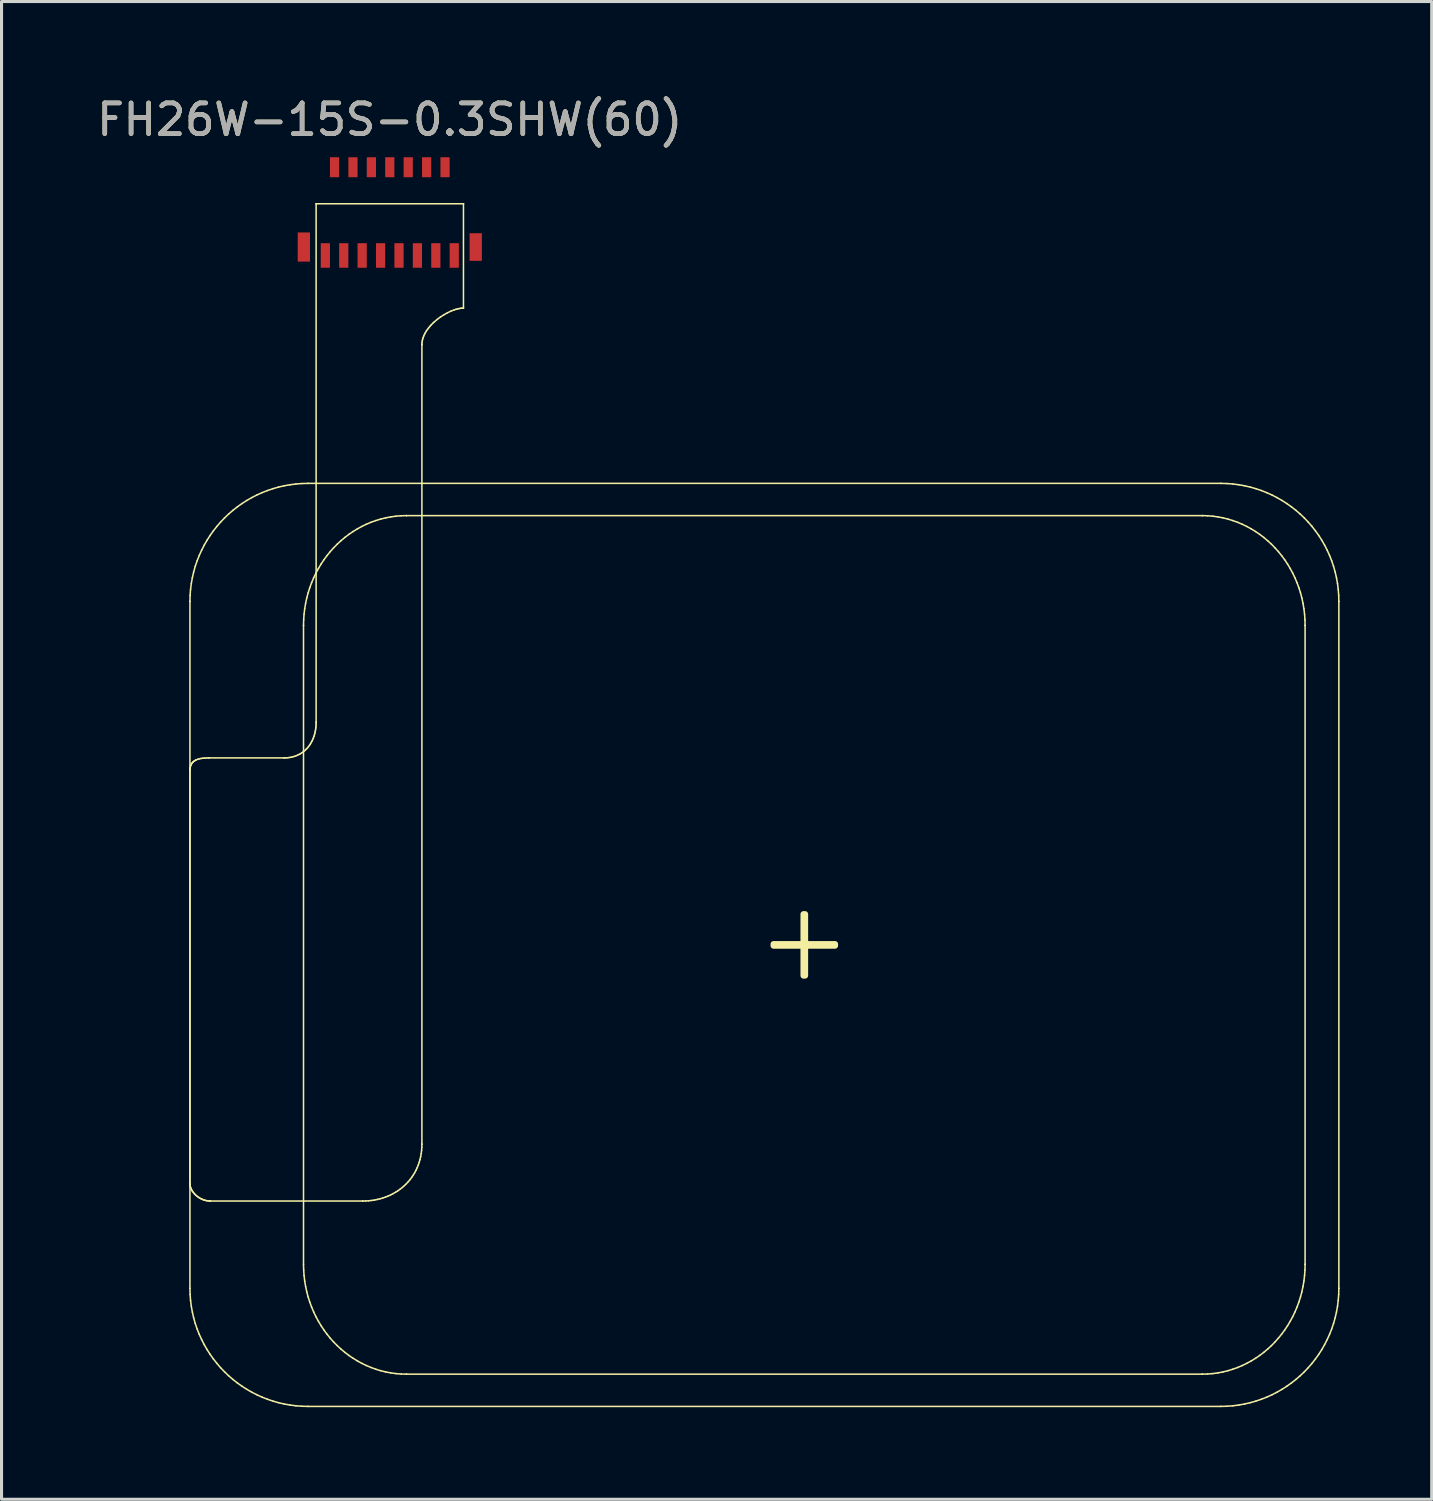
<source format=kicad_pcb>
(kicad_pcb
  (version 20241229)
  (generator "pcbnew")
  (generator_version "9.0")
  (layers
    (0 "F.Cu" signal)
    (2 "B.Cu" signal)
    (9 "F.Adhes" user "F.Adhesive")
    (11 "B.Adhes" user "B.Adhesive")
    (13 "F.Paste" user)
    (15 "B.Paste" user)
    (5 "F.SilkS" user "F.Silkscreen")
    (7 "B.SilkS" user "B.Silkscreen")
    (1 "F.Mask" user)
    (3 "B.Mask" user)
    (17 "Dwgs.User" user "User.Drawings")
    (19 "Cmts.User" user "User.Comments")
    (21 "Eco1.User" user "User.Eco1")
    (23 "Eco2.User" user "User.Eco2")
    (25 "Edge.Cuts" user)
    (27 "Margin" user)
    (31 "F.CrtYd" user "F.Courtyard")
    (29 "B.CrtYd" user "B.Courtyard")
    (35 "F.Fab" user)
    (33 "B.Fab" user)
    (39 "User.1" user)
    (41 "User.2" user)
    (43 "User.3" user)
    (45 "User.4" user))
  (footprint "FH26W-15S-0.3SHW(60)"
    (layer "F.Cu")
    (at 9.649 3.798)
    (property "Reference" "FH26W-15S-0.3SHW(60)" (at 0 -2.95 0) (unlocked yes) (layer "F.SilkS") (effects (font (size 1 1) (thickness 0.15))))
    (attr smd)
    (fp_line (start -6.511 12.746) (end -6.511 12.746) (stroke (width 0.05) (type solid)) (layer "F.SilkS"))
    (fp_line (start -6.511 12.746) (end -6.511 35.125) (stroke (width 0.05) (type solid)) (layer "F.SilkS"))
    (fp_line (start -6.511 18.249) (end -6.511 18.249) (stroke (width 0.05) (type solid)) (layer "F.SilkS"))
    (fp_line (start -6.511 18.249) (end -6.511 31.722) (stroke (width 0.05) (type solid)) (layer "F.SilkS"))
    (fp_line (start -6.511 31.722) (end -6.511 31.722) (stroke (width 0.05) (type solid)) (layer "F.SilkS"))
    (fp_line (start -6.511 31.722) (end -6.51 31.745) (stroke (width 0.05) (type solid)) (layer "F.SilkS"))
    (fp_line (start -6.511 35.125) (end -6.506 35.323) (stroke (width 0.05) (type solid)) (layer "F.SilkS"))
    (fp_line (start -6.51 18.22) (end -6.511 18.249) (stroke (width 0.05) (type solid)) (layer "F.SilkS"))
    (fp_line (start -6.51 31.745) (end -6.507 31.769) (stroke (width 0.05) (type solid)) (layer "F.SilkS"))
    (fp_line (start -6.508 18.192) (end -6.51 18.22) (stroke (width 0.05) (type solid)) (layer "F.SilkS"))
    (fp_line (start -6.507 31.769) (end -6.503 31.793) (stroke (width 0.05) (type solid)) (layer "F.SilkS"))
    (fp_line (start -6.506 12.548) (end -6.511 12.746) (stroke (width 0.05) (type solid)) (layer "F.SilkS"))
    (fp_line (start -6.506 35.323) (end -6.491 35.518) (stroke (width 0.05) (type solid)) (layer "F.SilkS"))
    (fp_line (start -6.504 18.166) (end -6.508 18.192) (stroke (width 0.05) (type solid)) (layer "F.SilkS"))
    (fp_line (start -6.503 31.793) (end -6.497 31.818) (stroke (width 0.05) (type solid)) (layer "F.SilkS"))
    (fp_line (start -6.5 18.14) (end -6.504 18.166) (stroke (width 0.05) (type solid)) (layer "F.SilkS"))
    (fp_line (start -6.497 31.818) (end -6.489 31.842) (stroke (width 0.05) (type solid)) (layer "F.SilkS"))
    (fp_line (start -6.493 18.116) (end -6.5 18.14) (stroke (width 0.05) (type solid)) (layer "F.SilkS"))
    (fp_line (start -6.491 35.518) (end -6.466 35.711) (stroke (width 0.05) (type solid)) (layer "F.SilkS"))
    (fp_line (start -6.491 12.353) (end -6.506 12.548) (stroke (width 0.05) (type solid)) (layer "F.SilkS"))
    (fp_line (start -6.489 31.842) (end -6.48 31.866) (stroke (width 0.05) (type solid)) (layer "F.SilkS"))
    (fp_line (start -6.486 18.093) (end -6.493 18.116) (stroke (width 0.05) (type solid)) (layer "F.SilkS"))
    (fp_line (start -6.48 31.866) (end -6.469 31.89) (stroke (width 0.05) (type solid)) (layer "F.SilkS"))
    (fp_line (start -6.477 18.072) (end -6.486 18.093) (stroke (width 0.05) (type solid)) (layer "F.SilkS"))
    (fp_line (start -6.469 31.89) (end -6.457 31.914) (stroke (width 0.05) (type solid)) (layer "F.SilkS"))
    (fp_line (start -6.467 18.051) (end -6.477 18.072) (stroke (width 0.05) (type solid)) (layer "F.SilkS"))
    (fp_line (start -6.466 35.711) (end -6.432 35.9) (stroke (width 0.05) (type solid)) (layer "F.SilkS"))
    (fp_line (start -6.466 12.16) (end -6.491 12.353) (stroke (width 0.05) (type solid)) (layer "F.SilkS"))
    (fp_line (start -6.457 31.914) (end -6.444 31.938) (stroke (width 0.05) (type solid)) (layer "F.SilkS"))
    (fp_line (start -6.456 18.032) (end -6.467 18.051) (stroke (width 0.05) (type solid)) (layer "F.SilkS"))
    (fp_line (start -6.444 31.938) (end -6.429 31.962) (stroke (width 0.05) (type solid)) (layer "F.SilkS"))
    (fp_line (start -6.444 18.014) (end -6.456 18.032) (stroke (width 0.05) (type solid)) (layer "F.SilkS"))
    (fp_line (start -6.432 35.9) (end -6.39 36.086) (stroke (width 0.05) (type solid)) (layer "F.SilkS"))
    (fp_line (start -6.432 11.971) (end -6.466 12.16) (stroke (width 0.05) (type solid)) (layer "F.SilkS"))
    (fp_line (start -6.43 17.997) (end -6.444 18.014) (stroke (width 0.05) (type solid)) (layer "F.SilkS"))
    (fp_line (start -6.429 31.962) (end -6.412 31.985) (stroke (width 0.05) (type solid)) (layer "F.SilkS"))
    (fp_line (start -6.415 17.981) (end -6.43 17.997) (stroke (width 0.05) (type solid)) (layer "F.SilkS"))
    (fp_line (start -6.412 31.985) (end -6.395 32.008) (stroke (width 0.05) (type solid)) (layer "F.SilkS"))
    (fp_line (start -6.399 17.966) (end -6.415 17.981) (stroke (width 0.05) (type solid)) (layer "F.SilkS"))
    (fp_line (start -6.395 32.008) (end -6.376 32.031) (stroke (width 0.05) (type solid)) (layer "F.SilkS"))
    (fp_line (start -6.39 36.086) (end -6.338 36.269) (stroke (width 0.05) (type solid)) (layer "F.SilkS"))
    (fp_line (start -6.39 11.785) (end -6.432 11.971) (stroke (width 0.05) (type solid)) (layer "F.SilkS"))
    (fp_line (start -6.382 17.952) (end -6.399 17.966) (stroke (width 0.05) (type solid)) (layer "F.SilkS"))
    (fp_line (start -6.376 32.031) (end -6.356 32.053) (stroke (width 0.05) (type solid)) (layer "F.SilkS"))
    (fp_line (start -6.363 17.939) (end -6.382 17.952) (stroke (width 0.05) (type solid)) (layer "F.SilkS"))
    (fp_line (start -6.356 32.053) (end -6.335 32.074) (stroke (width 0.05) (type solid)) (layer "F.SilkS"))
    (fp_line (start -6.344 17.927) (end -6.363 17.939) (stroke (width 0.05) (type solid)) (layer "F.SilkS"))
    (fp_line (start -6.338 36.269) (end -6.277 36.447) (stroke (width 0.05) (type solid)) (layer "F.SilkS"))
    (fp_line (start -6.338 11.602) (end -6.39 11.785) (stroke (width 0.05) (type solid)) (layer "F.SilkS"))
    (fp_line (start -6.335 32.074) (end -6.313 32.095) (stroke (width 0.05) (type solid)) (layer "F.SilkS"))
    (fp_line (start -6.323 17.916) (end -6.344 17.927) (stroke (width 0.05) (type solid)) (layer "F.SilkS"))
    (fp_line (start -6.313 32.095) (end -6.29 32.115) (stroke (width 0.05) (type solid)) (layer "F.SilkS"))
    (fp_line (start -6.301 17.905) (end -6.323 17.916) (stroke (width 0.05) (type solid)) (layer "F.SilkS"))
    (fp_line (start -6.29 32.115) (end -6.265 32.134) (stroke (width 0.05) (type solid)) (layer "F.SilkS"))
    (fp_line (start -6.277 36.447) (end -6.208 36.622) (stroke (width 0.05) (type solid)) (layer "F.SilkS"))
    (fp_line (start -6.277 11.424) (end -6.338 11.602) (stroke (width 0.05) (type solid)) (layer "F.SilkS"))
    (fp_line (start -6.265 32.134) (end -6.24 32.152) (stroke (width 0.05) (type solid)) (layer "F.SilkS"))
    (fp_line (start -6.255 17.888) (end -6.301 17.905) (stroke (width 0.05) (type solid)) (layer "F.SilkS"))
    (fp_line (start -6.24 32.152) (end -6.214 32.169) (stroke (width 0.05) (type solid)) (layer "F.SilkS"))
    (fp_line (start -6.214 32.169) (end -6.187 32.186) (stroke (width 0.05) (type solid)) (layer "F.SilkS"))
    (fp_line (start -6.208 36.622) (end -6.131 36.792) (stroke (width 0.05) (type solid)) (layer "F.SilkS"))
    (fp_line (start -6.208 11.249) (end -6.277 11.424) (stroke (width 0.05) (type solid)) (layer "F.SilkS"))
    (fp_line (start -6.204 17.873) (end -6.255 17.888) (stroke (width 0.05) (type solid)) (layer "F.SilkS"))
    (fp_line (start -6.187 32.186) (end -6.159 32.201) (stroke (width 0.05) (type solid)) (layer "F.SilkS"))
    (fp_line (start -6.159 32.201) (end -6.13 32.215) (stroke (width 0.05) (type solid)) (layer "F.SilkS"))
    (fp_line (start -6.149 17.862) (end -6.204 17.873) (stroke (width 0.05) (type solid)) (layer "F.SilkS"))
    (fp_line (start -6.131 36.792) (end -6.046 36.958) (stroke (width 0.05) (type solid)) (layer "F.SilkS"))
    (fp_line (start -6.131 11.079) (end -6.208 11.249) (stroke (width 0.05) (type solid)) (layer "F.SilkS"))
    (fp_line (start -6.13 32.215) (end -6.101 32.228) (stroke (width 0.05) (type solid)) (layer "F.SilkS"))
    (fp_line (start -6.101 32.228) (end -6.071 32.24) (stroke (width 0.05) (type solid)) (layer "F.SilkS"))
    (fp_line (start -6.09 17.854) (end -6.149 17.862) (stroke (width 0.05) (type solid)) (layer "F.SilkS"))
    (fp_line (start -6.071 32.24) (end -6.04 32.25) (stroke (width 0.05) (type solid)) (layer "F.SilkS"))
    (fp_line (start -6.046 36.958) (end -5.954 37.119) (stroke (width 0.05) (type solid)) (layer "F.SilkS"))
    (fp_line (start -6.046 10.913) (end -6.131 11.079) (stroke (width 0.05) (type solid)) (layer "F.SilkS"))
    (fp_line (start -6.04 32.25) (end -6.009 32.259) (stroke (width 0.05) (type solid)) (layer "F.SilkS"))
    (fp_line (start -6.028 17.848) (end -6.09 17.854) (stroke (width 0.05) (type solid)) (layer "F.SilkS"))
    (fp_line (start -6.009 32.259) (end -5.977 32.266) (stroke (width 0.05) (type solid)) (layer "F.SilkS"))
    (fp_line (start -5.977 32.266) (end -5.945 32.272) (stroke (width 0.05) (type solid)) (layer "F.SilkS"))
    (fp_line (start -5.962 17.845) (end -6.028 17.848) (stroke (width 0.05) (type solid)) (layer "F.SilkS"))
    (fp_line (start -5.954 37.119) (end -5.854 37.275) (stroke (width 0.05) (type solid)) (layer "F.SilkS"))
    (fp_line (start -5.954 10.752) (end -6.046 10.913) (stroke (width 0.05) (type solid)) (layer "F.SilkS"))
    (fp_line (start -5.945 32.272) (end -5.912 32.276) (stroke (width 0.05) (type solid)) (layer "F.SilkS"))
    (fp_line (start -5.912 32.276) (end -5.879 32.279) (stroke (width 0.05) (type solid)) (layer "F.SilkS"))
    (fp_line (start -5.893 17.844) (end -5.962 17.845) (stroke (width 0.05) (type solid)) (layer "F.SilkS"))
    (fp_line (start -5.893 17.844) (end -5.893 17.844) (stroke (width 0.05) (type solid)) (layer "F.SilkS"))
    (fp_line (start -5.879 32.279) (end -5.845 32.28) (stroke (width 0.05) (type solid)) (layer "F.SilkS"))
    (fp_line (start -5.854 37.275) (end -5.747 37.426) (stroke (width 0.05) (type solid)) (layer "F.SilkS"))
    (fp_line (start -5.854 10.596) (end -5.954 10.752) (stroke (width 0.05) (type solid)) (layer "F.SilkS"))
    (fp_line (start -5.845 32.28) (end -5.845 32.28) (stroke (width 0.05) (type solid)) (layer "F.SilkS"))
    (fp_line (start -5.845 32.28) (end -5.845 32.28) (stroke (width 0.05) (type solid)) (layer "F.SilkS"))
    (fp_line (start -5.845 32.28) (end -0.879 32.28) (stroke (width 0.05) (type solid)) (layer "F.SilkS"))
    (fp_line (start -5.747 37.426) (end -5.632 37.571) (stroke (width 0.05) (type solid)) (layer "F.SilkS"))
    (fp_line (start -5.747 10.445) (end -5.854 10.596) (stroke (width 0.05) (type solid)) (layer "F.SilkS"))
    (fp_line (start -5.632 37.571) (end -5.512 37.711) (stroke (width 0.05) (type solid)) (layer "F.SilkS"))
    (fp_line (start -5.632 10.3) (end -5.747 10.445) (stroke (width 0.05) (type solid)) (layer "F.SilkS"))
    (fp_line (start -5.512 37.711) (end -5.384 37.844) (stroke (width 0.05) (type solid)) (layer "F.SilkS"))
    (fp_line (start -5.512 10.16) (end -5.632 10.3) (stroke (width 0.05) (type solid)) (layer "F.SilkS"))
    (fp_line (start -5.384 37.844) (end -5.251 37.972) (stroke (width 0.05) (type solid)) (layer "F.SilkS"))
    (fp_line (start -5.384 10.027) (end -5.512 10.16) (stroke (width 0.05) (type solid)) (layer "F.SilkS"))
    (fp_line (start -5.251 37.972) (end -5.111 38.093) (stroke (width 0.05) (type solid)) (layer "F.SilkS"))
    (fp_line (start -5.251 9.899) (end -5.384 10.027) (stroke (width 0.05) (type solid)) (layer "F.SilkS"))
    (fp_line (start -5.111 38.093) (end -4.966 38.207) (stroke (width 0.05) (type solid)) (layer "F.SilkS"))
    (fp_line (start -5.111 9.778) (end -5.251 9.899) (stroke (width 0.05) (type solid)) (layer "F.SilkS"))
    (fp_line (start -4.966 38.207) (end -4.815 38.314) (stroke (width 0.05) (type solid)) (layer "F.SilkS"))
    (fp_line (start -4.966 9.664) (end -5.111 9.778) (stroke (width 0.05) (type solid)) (layer "F.SilkS"))
    (fp_line (start -4.815 38.314) (end -4.659 38.414) (stroke (width 0.05) (type solid)) (layer "F.SilkS"))
    (fp_line (start -4.815 9.557) (end -4.966 9.664) (stroke (width 0.05) (type solid)) (layer "F.SilkS"))
    (fp_line (start -4.659 38.414) (end -4.498 38.507) (stroke (width 0.05) (type solid)) (layer "F.SilkS"))
    (fp_line (start -4.659 9.457) (end -4.815 9.557) (stroke (width 0.05) (type solid)) (layer "F.SilkS"))
    (fp_line (start -4.498 38.507) (end -4.332 38.591) (stroke (width 0.05) (type solid)) (layer "F.SilkS"))
    (fp_line (start -4.498 9.364) (end -4.659 9.457) (stroke (width 0.05) (type solid)) (layer "F.SilkS"))
    (fp_line (start -4.332 38.591) (end -4.162 38.669) (stroke (width 0.05) (type solid)) (layer "F.SilkS"))
    (fp_line (start -4.332 9.279) (end -4.498 9.364) (stroke (width 0.05) (type solid)) (layer "F.SilkS"))
    (fp_line (start -4.162 38.669) (end -3.987 38.737) (stroke (width 0.05) (type solid)) (layer "F.SilkS"))
    (fp_line (start -4.162 9.202) (end -4.332 9.279) (stroke (width 0.05) (type solid)) (layer "F.SilkS"))
    (fp_line (start -3.987 38.737) (end -3.808 38.798) (stroke (width 0.05) (type solid)) (layer "F.SilkS"))
    (fp_line (start -3.987 9.134) (end -4.162 9.202) (stroke (width 0.05) (type solid)) (layer "F.SilkS"))
    (fp_line (start -3.808 38.798) (end -3.626 38.85) (stroke (width 0.05) (type solid)) (layer "F.SilkS"))
    (fp_line (start -3.808 9.073) (end -3.987 9.134) (stroke (width 0.05) (type solid)) (layer "F.SilkS"))
    (fp_line (start -3.626 9.021) (end -3.808 9.073) (stroke (width 0.05) (type solid)) (layer "F.SilkS"))
    (fp_line (start -3.626 38.85) (end -3.44 38.893) (stroke (width 0.05) (type solid)) (layer "F.SilkS"))
    (fp_line (start -3.445 17.844) (end -5.893 17.844) (stroke (width 0.05) (type solid)) (layer "F.SilkS"))
    (fp_line (start -3.445 17.844) (end -3.445 17.844) (stroke (width 0.05) (type solid)) (layer "F.SilkS"))
    (fp_line (start -3.44 8.978) (end -3.626 9.021) (stroke (width 0.05) (type solid)) (layer "F.SilkS"))
    (fp_line (start -3.44 38.893) (end -3.251 38.926) (stroke (width 0.05) (type solid)) (layer "F.SilkS"))
    (fp_line (start -3.385 17.842) (end -3.445 17.844) (stroke (width 0.05) (type solid)) (layer "F.SilkS"))
    (fp_line (start -3.327 17.838) (end -3.385 17.842) (stroke (width 0.05) (type solid)) (layer "F.SilkS"))
    (fp_line (start -3.27 17.831) (end -3.327 17.838) (stroke (width 0.05) (type solid)) (layer "F.SilkS"))
    (fp_line (start -3.251 8.945) (end -3.44 8.978) (stroke (width 0.05) (type solid)) (layer "F.SilkS"))
    (fp_line (start -3.251 38.926) (end -3.058 38.951) (stroke (width 0.05) (type solid)) (layer "F.SilkS"))
    (fp_line (start -3.215 17.821) (end -3.27 17.831) (stroke (width 0.05) (type solid)) (layer "F.SilkS"))
    (fp_line (start -3.161 17.809) (end -3.215 17.821) (stroke (width 0.05) (type solid)) (layer "F.SilkS"))
    (fp_line (start -3.109 17.794) (end -3.161 17.809) (stroke (width 0.05) (type solid)) (layer "F.SilkS"))
    (fp_line (start -3.058 8.92) (end -3.251 8.945) (stroke (width 0.05) (type solid)) (layer "F.SilkS"))
    (fp_line (start -3.058 38.951) (end -2.863 38.966) (stroke (width 0.05) (type solid)) (layer "F.SilkS"))
    (fp_line (start -3.058 17.776) (end -3.109 17.794) (stroke (width 0.05) (type solid)) (layer "F.SilkS"))
    (fp_line (start -3.009 17.756) (end -3.058 17.776) (stroke (width 0.05) (type solid)) (layer "F.SilkS"))
    (fp_line (start -2.962 17.734) (end -3.009 17.756) (stroke (width 0.05) (type solid)) (layer "F.SilkS"))
    (fp_line (start -2.916 17.709) (end -2.962 17.734) (stroke (width 0.05) (type solid)) (layer "F.SilkS"))
    (fp_line (start -2.872 17.682) (end -2.916 17.709) (stroke (width 0.05) (type solid)) (layer "F.SilkS"))
    (fp_line (start -2.863 8.905) (end -3.058 8.92) (stroke (width 0.05) (type solid)) (layer "F.SilkS"))
    (fp_line (start -2.863 38.966) (end -2.665 38.971) (stroke (width 0.05) (type solid)) (layer "F.SilkS"))
    (fp_line (start -2.83 17.653) (end -2.872 17.682) (stroke (width 0.05) (type solid)) (layer "F.SilkS"))
    (fp_line (start -2.811 13.528) (end -2.811 13.528) (stroke (width 0.05) (type solid)) (layer "F.SilkS"))
    (fp_line (start -2.811 13.528) (end -2.811 34.343) (stroke (width 0.05) (type solid)) (layer "F.SilkS"))
    (fp_line (start -2.811 34.343) (end -2.806 34.527) (stroke (width 0.05) (type solid)) (layer "F.SilkS"))
    (fp_line (start -2.806 13.343) (end -2.811 13.528) (stroke (width 0.05) (type solid)) (layer "F.SilkS"))
    (fp_line (start -2.806 34.527) (end -2.793 34.709) (stroke (width 0.05) (type solid)) (layer "F.SilkS"))
    (fp_line (start -2.793 13.162) (end -2.806 13.343) (stroke (width 0.05) (type solid)) (layer "F.SilkS"))
    (fp_line (start -2.793 34.709) (end -2.772 34.888) (stroke (width 0.05) (type solid)) (layer "F.SilkS"))
    (fp_line (start -2.79 17.621) (end -2.83 17.653) (stroke (width 0.05) (type solid)) (layer "F.SilkS"))
    (fp_line (start -2.772 12.983) (end -2.793 13.162) (stroke (width 0.05) (type solid)) (layer "F.SilkS"))
    (fp_line (start -2.772 34.888) (end -2.742 35.064) (stroke (width 0.05) (type solid)) (layer "F.SilkS"))
    (fp_line (start -2.751 17.588) (end -2.79 17.621) (stroke (width 0.05) (type solid)) (layer "F.SilkS"))
    (fp_line (start -2.742 12.807) (end -2.772 12.983) (stroke (width 0.05) (type solid)) (layer "F.SilkS"))
    (fp_line (start -2.742 35.064) (end -2.705 35.237) (stroke (width 0.05) (type solid)) (layer "F.SilkS"))
    (fp_line (start -2.715 17.552) (end -2.751 17.588) (stroke (width 0.05) (type solid)) (layer "F.SilkS"))
    (fp_line (start -2.705 12.634) (end -2.742 12.807) (stroke (width 0.05) (type solid)) (layer "F.SilkS"))
    (fp_line (start -2.705 35.237) (end -2.66 35.407) (stroke (width 0.05) (type solid)) (layer "F.SilkS"))
    (fp_line (start -2.68 17.514) (end -2.715 17.552) (stroke (width 0.05) (type solid)) (layer "F.SilkS"))
    (fp_line (start -2.665 8.9) (end -2.863 8.905) (stroke (width 0.05) (type solid)) (layer "F.SilkS"))
    (fp_line (start -2.665 8.9) (end -2.665 8.9) (stroke (width 0.05) (type solid)) (layer "F.SilkS"))
    (fp_line (start -2.665 38.971) (end -2.665 38.971) (stroke (width 0.05) (type solid)) (layer "F.SilkS"))
    (fp_line (start -2.665 38.971) (end 27.075 38.971) (stroke (width 0.05) (type solid)) (layer "F.SilkS"))
    (fp_line (start -2.66 12.464) (end -2.705 12.634) (stroke (width 0.05) (type solid)) (layer "F.SilkS"))
    (fp_line (start -2.66 35.407) (end -2.607 35.573) (stroke (width 0.05) (type solid)) (layer "F.SilkS"))
    (fp_line (start -2.647 17.474) (end -2.68 17.514) (stroke (width 0.05) (type solid)) (layer "F.SilkS"))
    (fp_line (start -2.616 17.432) (end -2.647 17.474) (stroke (width 0.05) (type solid)) (layer "F.SilkS"))
    (fp_line (start -2.607 12.298) (end -2.66 12.464) (stroke (width 0.05) (type solid)) (layer "F.SilkS"))
    (fp_line (start -2.607 35.573) (end -2.547 35.736) (stroke (width 0.05) (type solid)) (layer "F.SilkS"))
    (fp_line (start -2.587 17.389) (end -2.616 17.432) (stroke (width 0.05) (type solid)) (layer "F.SilkS"))
    (fp_line (start -2.56 17.343) (end -2.587 17.389) (stroke (width 0.05) (type solid)) (layer "F.SilkS"))
    (fp_line (start -2.547 12.135) (end -2.607 12.298) (stroke (width 0.05) (type solid)) (layer "F.SilkS"))
    (fp_line (start -2.547 35.736) (end -2.48 35.894) (stroke (width 0.05) (type solid)) (layer "F.SilkS"))
    (fp_line (start -2.535 17.296) (end -2.56 17.343) (stroke (width 0.05) (type solid)) (layer "F.SilkS"))
    (fp_line (start -2.512 17.247) (end -2.535 17.296) (stroke (width 0.05) (type solid)) (layer "F.SilkS"))
    (fp_line (start -2.491 17.197) (end -2.512 17.247) (stroke (width 0.05) (type solid)) (layer "F.SilkS"))
    (fp_line (start -2.48 11.977) (end -2.547 12.135) (stroke (width 0.05) (type solid)) (layer "F.SilkS"))
    (fp_line (start -2.48 35.894) (end -2.406 36.048) (stroke (width 0.05) (type solid)) (layer "F.SilkS"))
    (fp_line (start -2.472 17.144) (end -2.491 17.197) (stroke (width 0.05) (type solid)) (layer "F.SilkS"))
    (fp_line (start -2.455 17.091) (end -2.472 17.144) (stroke (width 0.05) (type solid)) (layer "F.SilkS"))
    (fp_line (start -2.441 17.036) (end -2.455 17.091) (stroke (width 0.05) (type solid)) (layer "F.SilkS"))
    (fp_line (start -2.428 16.979) (end -2.441 17.036) (stroke (width 0.05) (type solid)) (layer "F.SilkS"))
    (fp_line (start -2.418 16.921) (end -2.428 16.979) (stroke (width 0.05) (type solid)) (layer "F.SilkS"))
    (fp_line (start -2.41 16.862) (end -2.418 16.921) (stroke (width 0.05) (type solid)) (layer "F.SilkS"))
    (fp_line (start -2.406 11.822) (end -2.48 11.977) (stroke (width 0.05) (type solid)) (layer "F.SilkS"))
    (fp_line (start -2.406 36.048) (end -2.325 36.198) (stroke (width 0.05) (type solid)) (layer "F.SilkS"))
    (fp_line (start -2.404 16.801) (end -2.41 16.862) (stroke (width 0.05) (type solid)) (layer "F.SilkS"))
    (fp_line (start -2.401 16.739) (end -2.404 16.801) (stroke (width 0.05) (type solid)) (layer "F.SilkS"))
    (fp_line (start -2.4 -0.21) (end -2.4 -0.21) (stroke (width 0.05) (type solid)) (layer "F.SilkS"))
    (fp_line (start -2.4 -0.21) (end -2.4 16.676) (stroke (width 0.05) (type solid)) (layer "F.SilkS"))
    (fp_line (start -2.4 16.676) (end -2.401 16.739) (stroke (width 0.05) (type solid)) (layer "F.SilkS"))
    (fp_line (start -2.4 16.676) (end -2.4 16.676) (stroke (width 0.05) (type solid)) (layer "F.SilkS"))
    (fp_line (start -2.325 11.673) (end -2.406 11.822) (stroke (width 0.05) (type solid)) (layer "F.SilkS"))
    (fp_line (start -2.325 36.198) (end -2.238 36.343) (stroke (width 0.05) (type solid)) (layer "F.SilkS"))
    (fp_line (start -2.238 11.527) (end -2.325 11.673) (stroke (width 0.05) (type solid)) (layer "F.SilkS"))
    (fp_line (start -2.238 36.343) (end -2.145 36.484) (stroke (width 0.05) (type solid)) (layer "F.SilkS"))
    (fp_line (start -2.145 11.387) (end -2.238 11.527) (stroke (width 0.05) (type solid)) (layer "F.SilkS"))
    (fp_line (start -2.145 36.484) (end -2.045 36.619) (stroke (width 0.05) (type solid)) (layer "F.SilkS"))
    (fp_line (start -2.045 11.252) (end -2.145 11.387) (stroke (width 0.05) (type solid)) (layer "F.SilkS"))
    (fp_line (start -2.045 36.619) (end -1.94 36.749) (stroke (width 0.05) (type solid)) (layer "F.SilkS"))
    (fp_line (start -1.94 11.122) (end -2.045 11.252) (stroke (width 0.05) (type solid)) (layer "F.SilkS"))
    (fp_line (start -1.94 36.749) (end -1.829 36.873) (stroke (width 0.05) (type solid)) (layer "F.SilkS"))
    (fp_line (start -1.829 10.998) (end -1.94 11.122) (stroke (width 0.05) (type solid)) (layer "F.SilkS"))
    (fp_line (start -1.829 36.873) (end -1.712 36.991) (stroke (width 0.05) (type solid)) (layer "F.SilkS"))
    (fp_line (start -1.712 10.88) (end -1.829 10.998) (stroke (width 0.05) (type solid)) (layer "F.SilkS"))
    (fp_line (start -1.712 36.991) (end -1.591 37.104) (stroke (width 0.05) (type solid)) (layer "F.SilkS"))
    (fp_line (start -1.591 10.767) (end -1.712 10.88) (stroke (width 0.05) (type solid)) (layer "F.SilkS"))
    (fp_line (start -1.591 37.104) (end -1.464 37.21) (stroke (width 0.05) (type solid)) (layer "F.SilkS"))
    (fp_line (start -1.464 10.661) (end -1.591 10.767) (stroke (width 0.05) (type solid)) (layer "F.SilkS"))
    (fp_line (start -1.464 37.21) (end -1.333 37.31) (stroke (width 0.05) (type solid)) (layer "F.SilkS"))
    (fp_line (start -1.333 10.561) (end -1.464 10.661) (stroke (width 0.05) (type solid)) (layer "F.SilkS"))
    (fp_line (start -1.333 37.31) (end -1.196 37.403) (stroke (width 0.05) (type solid)) (layer "F.SilkS"))
    (fp_line (start -1.196 10.468) (end -1.333 10.561) (stroke (width 0.05) (type solid)) (layer "F.SilkS"))
    (fp_line (start -1.196 37.403) (end -1.056 37.489) (stroke (width 0.05) (type solid)) (layer "F.SilkS"))
    (fp_line (start -1.056 10.382) (end -1.196 10.468) (stroke (width 0.05) (type solid)) (layer "F.SilkS"))
    (fp_line (start -1.056 37.489) (end -0.912 37.568) (stroke (width 0.05) (type solid)) (layer "F.SilkS"))
    (fp_line (start -0.912 10.303) (end -1.056 10.382) (stroke (width 0.05) (type solid)) (layer "F.SilkS"))
    (fp_line (start -0.912 37.568) (end -0.763 37.639) (stroke (width 0.05) (type solid)) (layer "F.SilkS"))
    (fp_line (start -0.879 32.28) (end -0.879 32.28) (stroke (width 0.05) (type solid)) (layer "F.SilkS"))
    (fp_line (start -0.879 32.28) (end -0.781 32.278) (stroke (width 0.05) (type solid)) (layer "F.SilkS"))
    (fp_line (start -0.781 32.278) (end -0.685 32.272) (stroke (width 0.05) (type solid)) (layer "F.SilkS"))
    (fp_line (start -0.763 10.231) (end -0.912 10.303) (stroke (width 0.05) (type solid)) (layer "F.SilkS"))
    (fp_line (start -0.763 37.639) (end -0.611 37.703) (stroke (width 0.05) (type solid)) (layer "F.SilkS"))
    (fp_line (start -0.685 32.272) (end -0.589 32.261) (stroke (width 0.05) (type solid)) (layer "F.SilkS"))
    (fp_line (start -0.611 10.167) (end -0.763 10.231) (stroke (width 0.05) (type solid)) (layer "F.SilkS"))
    (fp_line (start -0.611 37.703) (end -0.455 37.76) (stroke (width 0.05) (type solid)) (layer "F.SilkS"))
    (fp_line (start -0.589 32.261) (end -0.495 32.247) (stroke (width 0.05) (type solid)) (layer "F.SilkS"))
    (fp_line (start -0.495 32.247) (end -0.403 32.228) (stroke (width 0.05) (type solid)) (layer "F.SilkS"))
    (fp_line (start -0.455 10.111) (end -0.611 10.167) (stroke (width 0.05) (type solid)) (layer "F.SilkS"))
    (fp_line (start -0.455 37.76) (end -0.296 37.808) (stroke (width 0.05) (type solid)) (layer "F.SilkS"))
    (fp_line (start -0.403 32.228) (end -0.312 32.206) (stroke (width 0.05) (type solid)) (layer "F.SilkS"))
    (fp_line (start -0.312 32.206) (end -0.223 32.18) (stroke (width 0.05) (type solid)) (layer "F.SilkS"))
    (fp_line (start -0.296 10.063) (end -0.455 10.111) (stroke (width 0.05) (type solid)) (layer "F.SilkS"))
    (fp_line (start -0.296 37.808) (end -0.134 37.848) (stroke (width 0.05) (type solid)) (layer "F.SilkS"))
    (fp_line (start -0.223 32.18) (end -0.136 32.15) (stroke (width 0.05) (type solid)) (layer "F.SilkS"))
    (fp_line (start -0.136 32.15) (end -0.051 32.116) (stroke (width 0.05) (type solid)) (layer "F.SilkS"))
    (fp_line (start -0.134 10.023) (end -0.296 10.063) (stroke (width 0.05) (type solid)) (layer "F.SilkS"))
    (fp_line (start -0.134 37.848) (end 0.031 37.879) (stroke (width 0.05) (type solid)) (layer "F.SilkS"))
    (fp_line (start -0.051 32.116) (end 0.032 32.078) (stroke (width 0.05) (type solid)) (layer "F.SilkS"))
    (fp_line (start 0.031 9.992) (end -0.134 10.023) (stroke (width 0.05) (type solid)) (layer "F.SilkS"))
    (fp_line (start 0.031 37.879) (end 0.199 37.902) (stroke (width 0.05) (type solid)) (layer "F.SilkS"))
    (fp_line (start 0.032 32.078) (end 0.112 32.037) (stroke (width 0.05) (type solid)) (layer "F.SilkS"))
    (fp_line (start 0.112 32.037) (end 0.191 31.992) (stroke (width 0.05) (type solid)) (layer "F.SilkS"))
    (fp_line (start 0.191 31.992) (end 0.266 31.944) (stroke (width 0.05) (type solid)) (layer "F.SilkS"))
    (fp_line (start 0.199 9.969) (end 0.031 9.992) (stroke (width 0.05) (type solid)) (layer "F.SilkS"))
    (fp_line (start 0.199 37.902) (end 0.369 37.916) (stroke (width 0.05) (type solid)) (layer "F.SilkS"))
    (fp_line (start 0.266 31.944) (end 0.339 31.892) (stroke (width 0.05) (type solid)) (layer "F.SilkS"))
    (fp_line (start 0.339 31.892) (end 0.409 31.837) (stroke (width 0.05) (type solid)) (layer "F.SilkS"))
    (fp_line (start 0.369 9.955) (end 0.199 9.969) (stroke (width 0.05) (type solid)) (layer "F.SilkS"))
    (fp_line (start 0.369 37.916) (end 0.542 37.92) (stroke (width 0.05) (type solid)) (layer "F.SilkS"))
    (fp_line (start 0.409 31.837) (end 0.476 31.778) (stroke (width 0.05) (type solid)) (layer "F.SilkS"))
    (fp_line (start 0.476 31.778) (end 0.54 31.716) (stroke (width 0.05) (type solid)) (layer "F.SilkS"))
    (fp_line (start 0.54 31.716) (end 0.601 31.651) (stroke (width 0.05) (type solid)) (layer "F.SilkS"))
    (fp_line (start 0.542 9.95) (end 0.369 9.955) (stroke (width 0.05) (type solid)) (layer "F.SilkS"))
    (fp_line (start 0.542 9.95) (end 0.542 9.95) (stroke (width 0.05) (type solid)) (layer "F.SilkS"))
    (fp_line (start 0.542 37.92) (end 0.542 37.92) (stroke (width 0.05) (type solid)) (layer "F.SilkS"))
    (fp_line (start 0.542 37.92) (end 26.469 37.92) (stroke (width 0.05) (type solid)) (layer "F.SilkS"))
    (fp_line (start 0.601 31.651) (end 0.659 31.583) (stroke (width 0.05) (type solid)) (layer "F.SilkS"))
    (fp_line (start 0.659 31.583) (end 0.713 31.511) (stroke (width 0.05) (type solid)) (layer "F.SilkS"))
    (fp_line (start 0.713 31.511) (end 0.764 31.436) (stroke (width 0.05) (type solid)) (layer "F.SilkS"))
    (fp_line (start 0.764 31.436) (end 0.81 31.359) (stroke (width 0.05) (type solid)) (layer "F.SilkS"))
    (fp_line (start 0.81 31.359) (end 0.853 31.278) (stroke (width 0.05) (type solid)) (layer "F.SilkS"))
    (fp_line (start 0.853 31.278) (end 0.892 31.195) (stroke (width 0.05) (type solid)) (layer "F.SilkS"))
    (fp_line (start 0.892 31.195) (end 0.927 31.108) (stroke (width 0.05) (type solid)) (layer "F.SilkS"))
    (fp_line (start 0.927 31.108) (end 0.958 31.019) (stroke (width 0.05) (type solid)) (layer "F.SilkS"))
    (fp_line (start 0.958 31.019) (end 0.984 30.927) (stroke (width 0.05) (type solid)) (layer "F.SilkS"))
    (fp_line (start 0.984 30.927) (end 1.006 30.832) (stroke (width 0.05) (type solid)) (layer "F.SilkS"))
    (fp_line (start 1.006 30.832) (end 1.023 30.735) (stroke (width 0.05) (type solid)) (layer "F.SilkS"))
    (fp_line (start 1.023 30.735) (end 1.036 30.635) (stroke (width 0.05) (type solid)) (layer "F.SilkS"))
    (fp_line (start 1.036 30.635) (end 1.043 30.533) (stroke (width 0.05) (type solid)) (layer "F.SilkS"))
    (fp_line (start 1.043 30.533) (end 1.046 30.428) (stroke (width 0.05) (type solid)) (layer "F.SilkS"))
    (fp_line (start 1.046 4.382) (end 1.046 4.382) (stroke (width 0.05) (type solid)) (layer "F.SilkS"))
    (fp_line (start 1.046 4.382) (end 1.048 4.325) (stroke (width 0.05) (type solid)) (layer "F.SilkS"))
    (fp_line (start 1.046 30.428) (end 1.046 4.382) (stroke (width 0.05) (type solid)) (layer "F.SilkS"))
    (fp_line (start 1.046 30.428) (end 1.046 30.428) (stroke (width 0.05) (type solid)) (layer "F.SilkS"))
    (fp_line (start 1.048 4.325) (end 1.056 4.268) (stroke (width 0.05) (type solid)) (layer "F.SilkS"))
    (fp_line (start 1.056 4.268) (end 1.068 4.211) (stroke (width 0.05) (type solid)) (layer "F.SilkS"))
    (fp_line (start 1.068 4.211) (end 1.084 4.155) (stroke (width 0.05) (type solid)) (layer "F.SilkS"))
    (fp_line (start 1.084 4.155) (end 1.105 4.1) (stroke (width 0.05) (type solid)) (layer "F.SilkS"))
    (fp_line (start 1.105 4.1) (end 1.13 4.045) (stroke (width 0.05) (type solid)) (layer "F.SilkS"))
    (fp_line (start 1.13 4.045) (end 1.159 3.991) (stroke (width 0.05) (type solid)) (layer "F.SilkS"))
    (fp_line (start 1.159 3.991) (end 1.191 3.938) (stroke (width 0.05) (type solid)) (layer "F.SilkS"))
    (fp_line (start 1.191 3.938) (end 1.226 3.886) (stroke (width 0.05) (type solid)) (layer "F.SilkS"))
    (fp_line (start 1.226 3.886) (end 1.265 3.835) (stroke (width 0.05) (type solid)) (layer "F.SilkS"))
    (fp_line (start 1.265 3.835) (end 1.306 3.785) (stroke (width 0.05) (type solid)) (layer "F.SilkS"))
    (fp_line (start 1.306 3.785) (end 1.35 3.736) (stroke (width 0.05) (type solid)) (layer "F.SilkS"))
    (fp_line (start 1.35 3.736) (end 1.396 3.689) (stroke (width 0.05) (type solid)) (layer "F.SilkS"))
    (fp_line (start 1.396 3.689) (end 1.444 3.643) (stroke (width 0.05) (type solid)) (layer "F.SilkS"))
    (fp_line (start 1.444 3.643) (end 1.546 3.557) (stroke (width 0.05) (type solid)) (layer "F.SilkS"))
    (fp_line (start 1.546 3.557) (end 1.653 3.477) (stroke (width 0.05) (type solid)) (layer "F.SilkS"))
    (fp_line (start 1.653 3.477) (end 1.764 3.406) (stroke (width 0.05) (type solid)) (layer "F.SilkS"))
    (fp_line (start 1.764 3.406) (end 1.877 3.343) (stroke (width 0.05) (type solid)) (layer "F.SilkS"))
    (fp_line (start 1.877 3.343) (end 1.989 3.29) (stroke (width 0.05) (type solid)) (layer "F.SilkS"))
    (fp_line (start 1.989 3.29) (end 2.1 3.247) (stroke (width 0.05) (type solid)) (layer "F.SilkS"))
    (fp_line (start 2.1 3.247) (end 2.154 3.23) (stroke (width 0.05) (type solid)) (layer "F.SilkS"))
    (fp_line (start 2.154 3.23) (end 2.206 3.216) (stroke (width 0.05) (type solid)) (layer "F.SilkS"))
    (fp_line (start 2.206 3.216) (end 2.258 3.205) (stroke (width 0.05) (type solid)) (layer "F.SilkS"))
    (fp_line (start 2.258 3.205) (end 2.307 3.196) (stroke (width 0.05) (type solid)) (layer "F.SilkS"))
    (fp_line (start 2.307 3.196) (end 2.355 3.191) (stroke (width 0.05) (type solid)) (layer "F.SilkS"))
    (fp_line (start 2.355 3.191) (end 2.4 3.19) (stroke (width 0.05) (type solid)) (layer "F.SilkS"))
    (fp_line (start 2.4 -0.21) (end -2.4 -0.21) (stroke (width 0.05) (type solid)) (layer "F.SilkS"))
    (fp_line (start 2.4 -0.21) (end 2.4 -0.21) (stroke (width 0.05) (type solid)) (layer "F.SilkS"))
    (fp_line (start 2.4 3.19) (end 2.4 -0.21) (stroke (width 0.05) (type solid)) (layer "F.SilkS"))
    (fp_line (start 2.4 3.19) (end 2.4 3.19) (stroke (width 0.05) (type solid)) (layer "F.SilkS"))
    (fp_line (start 26.469 9.95) (end 0.542 9.95) (stroke (width 0.05) (type solid)) (layer "F.SilkS"))
    (fp_line (start 26.469 9.95) (end 26.469 9.95) (stroke (width 0.05) (type solid)) (layer "F.SilkS"))
    (fp_line (start 26.469 37.92) (end 26.469 37.92) (stroke (width 0.05) (type solid)) (layer "F.SilkS"))
    (fp_line (start 26.469 37.92) (end 26.641 37.916) (stroke (width 0.05) (type solid)) (layer "F.SilkS"))
    (fp_line (start 26.641 9.955) (end 26.469 9.95) (stroke (width 0.05) (type solid)) (layer "F.SilkS"))
    (fp_line (start 26.641 37.916) (end 26.811 37.902) (stroke (width 0.05) (type solid)) (layer "F.SilkS"))
    (fp_line (start 26.811 9.969) (end 26.641 9.955) (stroke (width 0.05) (type solid)) (layer "F.SilkS"))
    (fp_line (start 26.811 37.902) (end 26.979 37.879) (stroke (width 0.05) (type solid)) (layer "F.SilkS"))
    (fp_line (start 26.979 9.992) (end 26.811 9.969) (stroke (width 0.05) (type solid)) (layer "F.SilkS"))
    (fp_line (start 26.979 37.879) (end 27.144 37.848) (stroke (width 0.05) (type solid)) (layer "F.SilkS"))
    (fp_line (start 27.075 8.9) (end -2.665 8.9) (stroke (width 0.05) (type solid)) (layer "F.SilkS"))
    (fp_line (start 27.075 8.9) (end 27.075 8.9) (stroke (width 0.05) (type solid)) (layer "F.SilkS"))
    (fp_line (start 27.075 38.971) (end 27.075 38.971) (stroke (width 0.05) (type solid)) (layer "F.SilkS"))
    (fp_line (start 27.075 38.971) (end 27.273 38.966) (stroke (width 0.05) (type solid)) (layer "F.SilkS"))
    (fp_line (start 27.144 10.023) (end 26.979 9.992) (stroke (width 0.05) (type solid)) (layer "F.SilkS"))
    (fp_line (start 27.144 37.848) (end 27.306 37.808) (stroke (width 0.05) (type solid)) (layer "F.SilkS"))
    (fp_line (start 27.273 8.905) (end 27.075 8.9) (stroke (width 0.05) (type solid)) (layer "F.SilkS"))
    (fp_line (start 27.273 38.966) (end 27.468 38.951) (stroke (width 0.05) (type solid)) (layer "F.SilkS"))
    (fp_line (start 27.306 10.063) (end 27.144 10.023) (stroke (width 0.05) (type solid)) (layer "F.SilkS"))
    (fp_line (start 27.306 37.808) (end 27.465 37.759) (stroke (width 0.05) (type solid)) (layer "F.SilkS"))
    (fp_line (start 27.465 10.112) (end 27.306 10.063) (stroke (width 0.05) (type solid)) (layer "F.SilkS"))
    (fp_line (start 27.465 37.759) (end 27.621 37.703) (stroke (width 0.05) (type solid)) (layer "F.SilkS"))
    (fp_line (start 27.468 8.92) (end 27.273 8.905) (stroke (width 0.05) (type solid)) (layer "F.SilkS"))
    (fp_line (start 27.468 38.951) (end 27.661 38.926) (stroke (width 0.05) (type solid)) (layer "F.SilkS"))
    (fp_line (start 27.621 10.168) (end 27.465 10.112) (stroke (width 0.05) (type solid)) (layer "F.SilkS"))
    (fp_line (start 27.621 37.703) (end 27.773 37.639) (stroke (width 0.05) (type solid)) (layer "F.SilkS"))
    (fp_line (start 27.661 8.945) (end 27.468 8.92) (stroke (width 0.05) (type solid)) (layer "F.SilkS"))
    (fp_line (start 27.661 38.926) (end 27.85 38.892) (stroke (width 0.05) (type solid)) (layer "F.SilkS"))
    (fp_line (start 27.773 10.232) (end 27.621 10.168) (stroke (width 0.05) (type solid)) (layer "F.SilkS"))
    (fp_line (start 27.773 37.639) (end 27.922 37.567) (stroke (width 0.05) (type solid)) (layer "F.SilkS"))
    (fp_line (start 27.85 8.979) (end 27.661 8.945) (stroke (width 0.05) (type solid)) (layer "F.SilkS"))
    (fp_line (start 27.85 38.892) (end 28.036 38.849) (stroke (width 0.05) (type solid)) (layer "F.SilkS"))
    (fp_line (start 27.922 10.304) (end 27.773 10.232) (stroke (width 0.05) (type solid)) (layer "F.SilkS"))
    (fp_line (start 27.922 37.567) (end 28.066 37.488) (stroke (width 0.05) (type solid)) (layer "F.SilkS"))
    (fp_line (start 28.036 9.022) (end 27.85 8.979) (stroke (width 0.05) (type solid)) (layer "F.SilkS"))
    (fp_line (start 28.036 38.849) (end 28.219 38.797) (stroke (width 0.05) (type solid)) (layer "F.SilkS"))
    (fp_line (start 28.066 10.383) (end 27.922 10.304) (stroke (width 0.05) (type solid)) (layer "F.SilkS"))
    (fp_line (start 28.066 37.488) (end 28.206 37.402) (stroke (width 0.05) (type solid)) (layer "F.SilkS"))
    (fp_line (start 28.206 10.469) (end 28.066 10.383) (stroke (width 0.05) (type solid)) (layer "F.SilkS"))
    (fp_line (start 28.206 37.402) (end 28.342 37.309) (stroke (width 0.05) (type solid)) (layer "F.SilkS"))
    (fp_line (start 28.219 9.074) (end 28.036 9.022) (stroke (width 0.05) (type solid)) (layer "F.SilkS"))
    (fp_line (start 28.219 38.797) (end 28.397 38.737) (stroke (width 0.05) (type solid)) (layer "F.SilkS"))
    (fp_line (start 28.342 10.562) (end 28.206 10.469) (stroke (width 0.05) (type solid)) (layer "F.SilkS"))
    (fp_line (start 28.342 37.309) (end 28.474 37.209) (stroke (width 0.05) (type solid)) (layer "F.SilkS"))
    (fp_line (start 28.397 9.134) (end 28.219 9.074) (stroke (width 0.05) (type solid)) (layer "F.SilkS"))
    (fp_line (start 28.397 38.737) (end 28.572 38.668) (stroke (width 0.05) (type solid)) (layer "F.SilkS"))
    (fp_line (start 28.474 10.662) (end 28.342 10.562) (stroke (width 0.05) (type solid)) (layer "F.SilkS"))
    (fp_line (start 28.474 37.209) (end 28.6 37.103) (stroke (width 0.05) (type solid)) (layer "F.SilkS"))
    (fp_line (start 28.572 9.203) (end 28.397 9.134) (stroke (width 0.05) (type solid)) (layer "F.SilkS"))
    (fp_line (start 28.572 38.668) (end 28.742 38.591) (stroke (width 0.05) (type solid)) (layer "F.SilkS"))
    (fp_line (start 28.6 10.768) (end 28.474 10.662) (stroke (width 0.05) (type solid)) (layer "F.SilkS"))
    (fp_line (start 28.6 37.103) (end 28.722 36.991) (stroke (width 0.05) (type solid)) (layer "F.SilkS"))
    (fp_line (start 28.722 10.88) (end 28.6 10.768) (stroke (width 0.05) (type solid)) (layer "F.SilkS"))
    (fp_line (start 28.722 36.991) (end 28.838 36.872) (stroke (width 0.05) (type solid)) (layer "F.SilkS"))
    (fp_line (start 28.742 9.28) (end 28.572 9.203) (stroke (width 0.05) (type solid)) (layer "F.SilkS"))
    (fp_line (start 28.742 38.591) (end 28.908 38.506) (stroke (width 0.05) (type solid)) (layer "F.SilkS"))
    (fp_line (start 28.838 10.999) (end 28.722 10.88) (stroke (width 0.05) (type solid)) (layer "F.SilkS"))
    (fp_line (start 28.838 36.872) (end 28.949 36.748) (stroke (width 0.05) (type solid)) (layer "F.SilkS"))
    (fp_line (start 28.908 9.365) (end 28.742 9.28) (stroke (width 0.05) (type solid)) (layer "F.SilkS"))
    (fp_line (start 28.908 38.506) (end 29.069 38.413) (stroke (width 0.05) (type solid)) (layer "F.SilkS"))
    (fp_line (start 28.949 11.123) (end 28.838 10.999) (stroke (width 0.05) (type solid)) (layer "F.SilkS"))
    (fp_line (start 28.949 36.748) (end 29.054 36.618) (stroke (width 0.05) (type solid)) (layer "F.SilkS"))
    (fp_line (start 29.054 11.253) (end 28.949 11.123) (stroke (width 0.05) (type solid)) (layer "F.SilkS"))
    (fp_line (start 29.054 36.618) (end 29.154 36.483) (stroke (width 0.05) (type solid)) (layer "F.SilkS"))
    (fp_line (start 29.069 9.458) (end 28.908 9.365) (stroke (width 0.05) (type solid)) (layer "F.SilkS"))
    (fp_line (start 29.069 38.413) (end 29.225 38.313) (stroke (width 0.05) (type solid)) (layer "F.SilkS"))
    (fp_line (start 29.154 11.388) (end 29.054 11.253) (stroke (width 0.05) (type solid)) (layer "F.SilkS"))
    (fp_line (start 29.154 36.483) (end 29.247 36.343) (stroke (width 0.05) (type solid)) (layer "F.SilkS"))
    (fp_line (start 29.225 9.558) (end 29.069 9.458) (stroke (width 0.05) (type solid)) (layer "F.SilkS"))
    (fp_line (start 29.225 38.313) (end 29.375 38.206) (stroke (width 0.05) (type solid)) (layer "F.SilkS"))
    (fp_line (start 29.247 11.528) (end 29.154 11.388) (stroke (width 0.05) (type solid)) (layer "F.SilkS"))
    (fp_line (start 29.247 36.343) (end 29.334 36.198) (stroke (width 0.05) (type solid)) (layer "F.SilkS"))
    (fp_line (start 29.334 11.673) (end 29.247 11.528) (stroke (width 0.05) (type solid)) (layer "F.SilkS"))
    (fp_line (start 29.334 36.198) (end 29.415 36.048) (stroke (width 0.05) (type solid)) (layer "F.SilkS"))
    (fp_line (start 29.375 9.665) (end 29.225 9.558) (stroke (width 0.05) (type solid)) (layer "F.SilkS"))
    (fp_line (start 29.375 38.206) (end 29.521 38.092) (stroke (width 0.05) (type solid)) (layer "F.SilkS"))
    (fp_line (start 29.415 11.823) (end 29.334 11.673) (stroke (width 0.05) (type solid)) (layer "F.SilkS"))
    (fp_line (start 29.415 36.048) (end 29.489 35.894) (stroke (width 0.05) (type solid)) (layer "F.SilkS"))
    (fp_line (start 29.489 11.977) (end 29.415 11.823) (stroke (width 0.05) (type solid)) (layer "F.SilkS"))
    (fp_line (start 29.489 35.894) (end 29.556 35.735) (stroke (width 0.05) (type solid)) (layer "F.SilkS"))
    (fp_line (start 29.521 9.779) (end 29.375 9.665) (stroke (width 0.05) (type solid)) (layer "F.SilkS"))
    (fp_line (start 29.521 38.092) (end 29.66 37.971) (stroke (width 0.05) (type solid)) (layer "F.SilkS"))
    (fp_line (start 29.556 12.136) (end 29.489 11.977) (stroke (width 0.05) (type solid)) (layer "F.SilkS"))
    (fp_line (start 29.556 35.735) (end 29.616 35.573) (stroke (width 0.05) (type solid)) (layer "F.SilkS"))
    (fp_line (start 29.616 12.298) (end 29.556 12.136) (stroke (width 0.05) (type solid)) (layer "F.SilkS"))
    (fp_line (start 29.616 35.573) (end 29.669 35.407) (stroke (width 0.05) (type solid)) (layer "F.SilkS"))
    (fp_line (start 29.66 9.9) (end 29.521 9.779) (stroke (width 0.05) (type solid)) (layer "F.SilkS"))
    (fp_line (start 29.66 37.971) (end 29.794 37.844) (stroke (width 0.05) (type solid)) (layer "F.SilkS"))
    (fp_line (start 29.669 12.464) (end 29.616 12.298) (stroke (width 0.05) (type solid)) (layer "F.SilkS"))
    (fp_line (start 29.669 35.407) (end 29.714 35.237) (stroke (width 0.05) (type solid)) (layer "F.SilkS"))
    (fp_line (start 29.714 12.634) (end 29.669 12.464) (stroke (width 0.05) (type solid)) (layer "F.SilkS"))
    (fp_line (start 29.714 35.237) (end 29.751 35.064) (stroke (width 0.05) (type solid)) (layer "F.SilkS"))
    (fp_line (start 29.751 12.807) (end 29.714 12.634) (stroke (width 0.05) (type solid)) (layer "F.SilkS"))
    (fp_line (start 29.751 35.064) (end 29.781 34.888) (stroke (width 0.05) (type solid)) (layer "F.SilkS"))
    (fp_line (start 29.781 12.983) (end 29.751 12.807) (stroke (width 0.05) (type solid)) (layer "F.SilkS"))
    (fp_line (start 29.781 34.888) (end 29.802 34.709) (stroke (width 0.05) (type solid)) (layer "F.SilkS"))
    (fp_line (start 29.794 10.027) (end 29.66 9.9) (stroke (width 0.05) (type solid)) (layer "F.SilkS"))
    (fp_line (start 29.794 37.844) (end 29.921 37.71) (stroke (width 0.05) (type solid)) (layer "F.SilkS"))
    (fp_line (start 29.802 13.162) (end 29.781 12.983) (stroke (width 0.05) (type solid)) (layer "F.SilkS"))
    (fp_line (start 29.802 34.709) (end 29.815 34.527) (stroke (width 0.05) (type solid)) (layer "F.SilkS"))
    (fp_line (start 29.815 13.344) (end 29.802 13.162) (stroke (width 0.05) (type solid)) (layer "F.SilkS"))
    (fp_line (start 29.815 34.527) (end 29.819 34.343) (stroke (width 0.05) (type solid)) (layer "F.SilkS"))
    (fp_line (start 29.819 13.528) (end 29.815 13.344) (stroke (width 0.05) (type solid)) (layer "F.SilkS"))
    (fp_line (start 29.819 13.528) (end 29.819 13.528) (stroke (width 0.05) (type solid)) (layer "F.SilkS"))
    (fp_line (start 29.819 34.343) (end 29.819 13.528) (stroke (width 0.05) (type solid)) (layer "F.SilkS"))
    (fp_line (start 29.819 34.343) (end 29.819 34.343) (stroke (width 0.05) (type solid)) (layer "F.SilkS"))
    (fp_line (start 29.921 10.161) (end 29.794 10.027) (stroke (width 0.05) (type solid)) (layer "F.SilkS"))
    (fp_line (start 29.921 37.71) (end 30.042 37.571) (stroke (width 0.05) (type solid)) (layer "F.SilkS"))
    (fp_line (start 30.042 10.3) (end 29.921 10.161) (stroke (width 0.05) (type solid)) (layer "F.SilkS"))
    (fp_line (start 30.042 37.571) (end 30.156 37.425) (stroke (width 0.05) (type solid)) (layer "F.SilkS"))
    (fp_line (start 30.156 10.446) (end 30.042 10.3) (stroke (width 0.05) (type solid)) (layer "F.SilkS"))
    (fp_line (start 30.156 37.425) (end 30.263 37.275) (stroke (width 0.05) (type solid)) (layer "F.SilkS"))
    (fp_line (start 30.263 10.596) (end 30.156 10.446) (stroke (width 0.05) (type solid)) (layer "F.SilkS"))
    (fp_line (start 30.263 37.275) (end 30.363 37.119) (stroke (width 0.05) (type solid)) (layer "F.SilkS"))
    (fp_line (start 30.363 10.752) (end 30.263 10.596) (stroke (width 0.05) (type solid)) (layer "F.SilkS"))
    (fp_line (start 30.363 37.119) (end 30.455 36.958) (stroke (width 0.05) (type solid)) (layer "F.SilkS"))
    (fp_line (start 30.455 10.913) (end 30.363 10.752) (stroke (width 0.05) (type solid)) (layer "F.SilkS"))
    (fp_line (start 30.455 36.958) (end 30.54 36.792) (stroke (width 0.05) (type solid)) (layer "F.SilkS"))
    (fp_line (start 30.54 11.079) (end 30.455 10.913) (stroke (width 0.05) (type solid)) (layer "F.SilkS"))
    (fp_line (start 30.54 36.792) (end 30.617 36.621) (stroke (width 0.05) (type solid)) (layer "F.SilkS"))
    (fp_line (start 30.617 11.25) (end 30.54 11.079) (stroke (width 0.05) (type solid)) (layer "F.SilkS"))
    (fp_line (start 30.617 36.621) (end 30.686 36.447) (stroke (width 0.05) (type solid)) (layer "F.SilkS"))
    (fp_line (start 30.686 11.424) (end 30.617 11.25) (stroke (width 0.05) (type solid)) (layer "F.SilkS"))
    (fp_line (start 30.686 36.447) (end 30.746 36.268) (stroke (width 0.05) (type solid)) (layer "F.SilkS"))
    (fp_line (start 30.746 11.603) (end 30.686 11.424) (stroke (width 0.05) (type solid)) (layer "F.SilkS"))
    (fp_line (start 30.746 36.268) (end 30.798 36.086) (stroke (width 0.05) (type solid)) (layer "F.SilkS"))
    (fp_line (start 30.798 11.785) (end 30.746 11.603) (stroke (width 0.05) (type solid)) (layer "F.SilkS"))
    (fp_line (start 30.798 36.086) (end 30.841 35.9) (stroke (width 0.05) (type solid)) (layer "F.SilkS"))
    (fp_line (start 30.841 11.971) (end 30.798 11.785) (stroke (width 0.05) (type solid)) (layer "F.SilkS"))
    (fp_line (start 30.841 35.9) (end 30.875 35.71) (stroke (width 0.05) (type solid)) (layer "F.SilkS"))
    (fp_line (start 30.875 12.161) (end 30.841 11.971) (stroke (width 0.05) (type solid)) (layer "F.SilkS"))
    (fp_line (start 30.875 35.71) (end 30.899 35.518) (stroke (width 0.05) (type solid)) (layer "F.SilkS"))
    (fp_line (start 30.899 12.353) (end 30.875 12.161) (stroke (width 0.05) (type solid)) (layer "F.SilkS"))
    (fp_line (start 30.899 35.518) (end 30.914 35.323) (stroke (width 0.05) (type solid)) (layer "F.SilkS"))
    (fp_line (start 30.914 12.548) (end 30.899 12.353) (stroke (width 0.05) (type solid)) (layer "F.SilkS"))
    (fp_line (start 30.914 35.323) (end 30.919 35.125) (stroke (width 0.05) (type solid)) (layer "F.SilkS"))
    (fp_line (start 30.919 12.746) (end 30.914 12.548) (stroke (width 0.05) (type solid)) (layer "F.SilkS"))
    (fp_line (start 30.919 12.746) (end 30.919 12.746) (stroke (width 0.05) (type solid)) (layer "F.SilkS"))
    (fp_line (start 30.919 35.125) (end 30.919 12.746) (stroke (width 0.05) (type solid)) (layer "F.SilkS"))
    (fp_line (start 30.919 35.125) (end 30.919 35.125) (stroke (width 0.05) (type solid)) (layer "F.SilkS"))
    (fp_poly (pts (xy 13.479 23.96) (xy 12.504 23.96) (xy 12.504 23.91) (xy 13.479 23.91)) (stroke (width 0.2) (type solid)) (fill yes) (layer "F.SilkS"))
    (fp_poly (pts (xy 13.529 23.91) (xy 13.479 23.91) (xy 13.479 22.935) (xy 13.529 22.935)) (stroke (width 0.2) (type solid)) (fill yes) (layer "F.SilkS"))
    (fp_poly (pts (xy 13.529 24.935) (xy 13.479 24.935) (xy 13.479 23.96) (xy 13.529 23.96)) (stroke (width 0.2) (type solid)) (fill yes) (layer "F.SilkS"))
    (fp_poly (pts (xy 14.504 23.96) (xy 13.529 23.96) (xy 13.529 23.91) (xy 14.504 23.91)) (stroke (width 0.2) (type solid)) (fill yes) (layer "F.SilkS"))
    (fp_text user "${REFERENCE}" (at 0 -2.95 0) (unlocked yes) (layer "F.Fab") (effects (font (size 1 1) (thickness 0.15))))
    (pad "1" smd rect (at 2.1 1.475) (size 0.3 0.8) (layers "F.Cu" "F.Mask" "F.Paste"))
    (pad "2" smd rect (at 1.8 -1.4) (size 0.3 0.65) (layers "F.Cu" "F.Mask" "F.Paste"))
    (pad "3" smd rect (at 1.5 1.475) (size 0.3 0.8) (layers "F.Cu" "F.Mask" "F.Paste"))
    (pad "4" smd rect (at 1.2 -1.4) (size 0.3 0.65) (layers "F.Cu" "F.Mask" "F.Paste"))
    (pad "5" smd rect (at 0.9 1.475) (size 0.3 0.8) (layers "F.Cu" "F.Mask" "F.Paste"))
    (pad "6" smd rect (at 0.6 -1.4) (size 0.3 0.65) (layers "F.Cu" "F.Mask" "F.Paste"))
    (pad "7" smd rect (at 0.3 1.475) (size 0.3 0.8) (layers "F.Cu" "F.Mask" "F.Paste"))
    (pad "8" smd rect (at 0 -1.4) (size 0.3 0.65) (layers "F.Cu" "F.Mask" "F.Paste"))
    (pad "9" smd rect (at -0.3 1.475) (size 0.3 0.8) (layers "F.Cu" "F.Mask" "F.Paste"))
    (pad "10" smd rect (at -0.6 -1.4) (size 0.3 0.65) (layers "F.Cu" "F.Mask" "F.Paste"))
    (pad "11" smd rect (at -0.9 1.475) (size 0.3 0.8) (layers "F.Cu" "F.Mask" "F.Paste"))
    (pad "12" smd rect (at -1.2 -1.4) (size 0.3 0.65) (layers "F.Cu" "F.Mask" "F.Paste"))
    (pad "13" smd rect (at -1.5 1.475) (size 0.3 0.8) (layers "F.Cu" "F.Mask" "F.Paste"))
    (pad "14" smd rect (at -1.8 -1.4) (size 0.3 0.65) (layers "F.Cu" "F.Mask" "F.Paste"))
    (pad "15" smd rect (at -2.1 1.475) (size 0.3 0.8) (layers "F.Cu" "F.Mask" "F.Paste"))
    (pad "16" smd rect (at 2.8 1.2) (size 0.4 0.9) (layers "F.Cu" "F.Mask" "F.Paste"))
    (pad "17" smd rect (at -2.8 1.2) (size 0.4 0.95) (layers "F.Cu" "F.Mask" "F.Paste")))
  (gr_rect
    (start -3 -3)
    (end 43.593 45.794)
    (stroke (width 0.1) (type default))
    (fill no)
    (layer "Edge.Cuts")))
</source>
